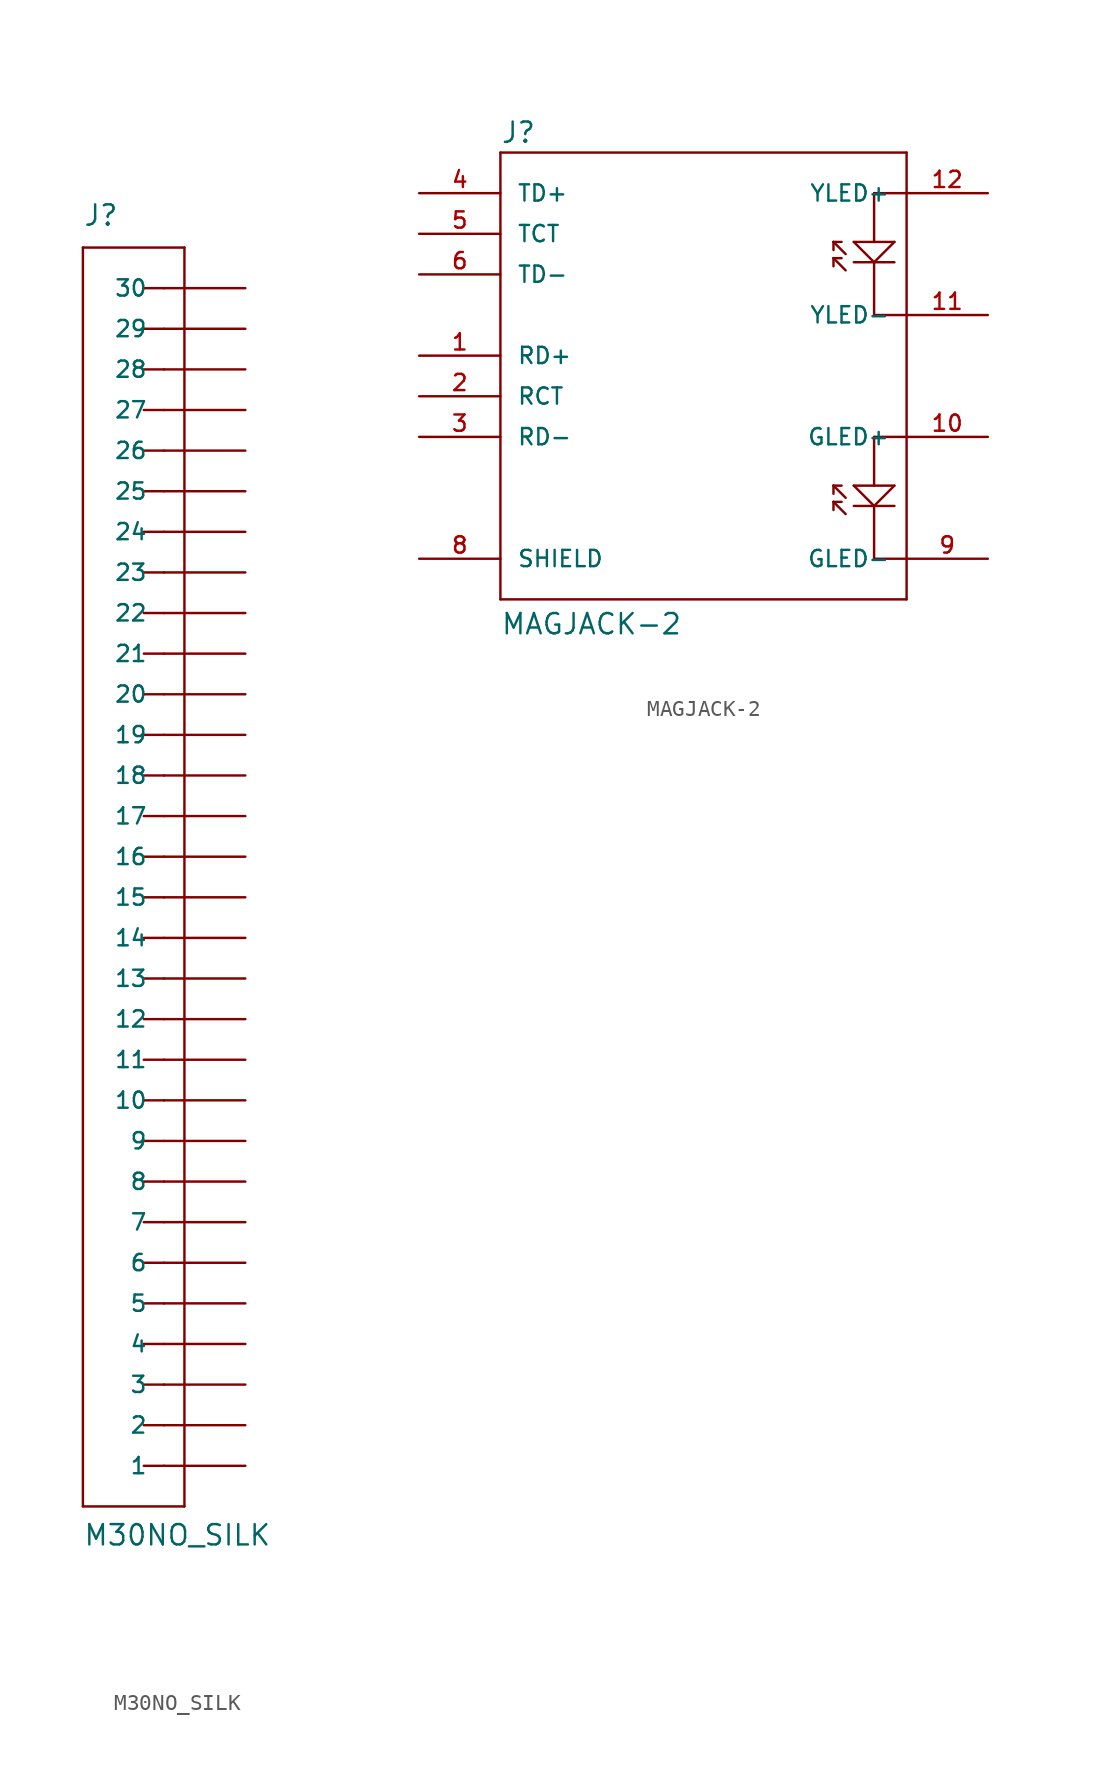
<source format=kicad_sym>
(kicad_symbol_lib
  (version 20211014)
  (generator kicad_symbol_editor)
  (symbol "M30NO_SILK"
    (pin_numbers hide)
    (pin_names
      (offset 1.016))
    (property "Reference" "J"
      (at -2.54 39.37 0)
      (effects (font (size 1.27 1.27)) (justify left bottom)))
    (property "Value" "M30NO_SILK"
      (at -2.54 -43.18 0)
      (effects (font (size 1.27 1.27)) (justify left bottom)))
    (property "Datasheet" ""
      (at 0 0 0)
      (effects (font (size 1.524 1.524))))
    (property "ki_locked" ""
      (at 0 0 0)
      (effects (font (size 1.27 1.27))))
    (symbol "M30NO_SILK_1_0"
      (polyline (pts (xy -2.54 38.1) (xy -2.54 -40.64)) (stroke (width 0) (type default) (color 0 0 0 0)) (fill (type none)))
      (polyline (pts (xy -2.54 38.1) (xy 3.81 38.1)) (stroke (width 0) (type default) (color 0 0 0 0)) (fill (type none)))
      (polyline (pts (xy 1.27 -38.1) (xy 2.54 -38.1)) (stroke (width 0) (type default) (color 0 0 0 0)) (fill (type none)))
      (polyline (pts (xy 1.27 -35.56) (xy 2.54 -35.56)) (stroke (width 0) (type default) (color 0 0 0 0)) (fill (type none)))
      (polyline (pts (xy 1.27 -33.02) (xy 2.54 -33.02)) (stroke (width 0) (type default) (color 0 0 0 0)) (fill (type none)))
      (polyline (pts (xy 1.27 -30.48) (xy 2.54 -30.48)) (stroke (width 0) (type default) (color 0 0 0 0)) (fill (type none)))
      (polyline (pts (xy 1.27 -27.94) (xy 2.54 -27.94)) (stroke (width 0) (type default) (color 0 0 0 0)) (fill (type none)))
      (polyline (pts (xy 1.27 -25.4) (xy 2.54 -25.4)) (stroke (width 0) (type default) (color 0 0 0 0)) (fill (type none)))
      (polyline (pts (xy 1.27 -22.86) (xy 2.54 -22.86)) (stroke (width 0) (type default) (color 0 0 0 0)) (fill (type none)))
      (polyline (pts (xy 1.27 -20.32) (xy 2.54 -20.32)) (stroke (width 0) (type default) (color 0 0 0 0)) (fill (type none)))
      (polyline (pts (xy 1.27 -17.78) (xy 2.54 -17.78)) (stroke (width 0) (type default) (color 0 0 0 0)) (fill (type none)))
      (polyline (pts (xy 1.27 -15.24) (xy 2.54 -15.24)) (stroke (width 0) (type default) (color 0 0 0 0)) (fill (type none)))
      (polyline (pts (xy 1.27 -12.7) (xy 2.54 -12.7)) (stroke (width 0) (type default) (color 0 0 0 0)) (fill (type none)))
      (polyline (pts (xy 1.27 -10.16) (xy 2.54 -10.16)) (stroke (width 0) (type default) (color 0 0 0 0)) (fill (type none)))
      (polyline (pts (xy 1.27 -7.62) (xy 2.54 -7.62)) (stroke (width 0) (type default) (color 0 0 0 0)) (fill (type none)))
      (polyline (pts (xy 1.27 -5.08) (xy 2.54 -5.08)) (stroke (width 0) (type default) (color 0 0 0 0)) (fill (type none)))
      (polyline (pts (xy 1.27 -2.54) (xy 2.54 -2.54)) (stroke (width 0) (type default) (color 0 0 0 0)) (fill (type none)))
      (polyline (pts (xy 1.27 0) (xy 2.54 0)) (stroke (width 0) (type default) (color 0 0 0 0)) (fill (type none)))
      (polyline (pts (xy 1.27 2.54) (xy 2.54 2.54)) (stroke (width 0) (type default) (color 0 0 0 0)) (fill (type none)))
      (polyline (pts (xy 1.27 5.08) (xy 2.54 5.08)) (stroke (width 0) (type default) (color 0 0 0 0)) (fill (type none)))
      (polyline (pts (xy 1.27 7.62) (xy 2.54 7.62)) (stroke (width 0) (type default) (color 0 0 0 0)) (fill (type none)))
      (polyline (pts (xy 1.27 10.16) (xy 2.54 10.16)) (stroke (width 0) (type default) (color 0 0 0 0)) (fill (type none)))
      (polyline (pts (xy 1.27 12.7) (xy 2.54 12.7)) (stroke (width 0) (type default) (color 0 0 0 0)) (fill (type none)))
      (polyline (pts (xy 1.27 15.24) (xy 2.54 15.24)) (stroke (width 0) (type default) (color 0 0 0 0)) (fill (type none)))
      (polyline (pts (xy 1.27 17.78) (xy 2.54 17.78)) (stroke (width 0) (type default) (color 0 0 0 0)) (fill (type none)))
      (polyline (pts (xy 1.27 20.32) (xy 2.54 20.32)) (stroke (width 0) (type default) (color 0 0 0 0)) (fill (type none)))
      (polyline (pts (xy 1.27 22.86) (xy 2.54 22.86)) (stroke (width 0) (type default) (color 0 0 0 0)) (fill (type none)))
      (polyline (pts (xy 1.27 25.4) (xy 2.54 25.4)) (stroke (width 0) (type default) (color 0 0 0 0)) (fill (type none)))
      (polyline (pts (xy 1.27 27.94) (xy 2.54 27.94)) (stroke (width 0) (type default) (color 0 0 0 0)) (fill (type none)))
      (polyline (pts (xy 1.27 30.48) (xy 2.54 30.48)) (stroke (width 0) (type default) (color 0 0 0 0)) (fill (type none)))
      (polyline (pts (xy 1.27 33.02) (xy 2.54 33.02)) (stroke (width 0) (type default) (color 0 0 0 0)) (fill (type none)))
      (polyline (pts (xy 1.27 35.56) (xy 2.54 35.56)) (stroke (width 0) (type default) (color 0 0 0 0)) (fill (type none)))
      (polyline (pts (xy 3.81 -40.64) (xy -2.54 -40.64)) (stroke (width 0) (type default) (color 0 0 0 0)) (fill (type none)))
      (polyline (pts (xy 3.81 -40.64) (xy 3.81 38.1)) (stroke (width 0) (type default) (color 0 0 0 0)) (fill (type none))))
    (symbol "M30NO_SILK_1_1"
      (pin passive line (at 7.62 -38.1 180) (length 5.08) (name "1" (effects (font (size 1.016 1.016)))) (number "1" (effects (font (size 1.016 1.016)))))
      (pin passive line (at 7.62 -15.24 180) (length 5.08) (name "10" (effects (font (size 1.016 1.016)))) (number "10" (effects (font (size 1.016 1.016)))))
      (pin passive line (at 7.62 -12.7 180) (length 5.08) (name "11" (effects (font (size 1.016 1.016)))) (number "11" (effects (font (size 1.016 1.016)))))
      (pin passive line (at 7.62 -10.16 180) (length 5.08) (name "12" (effects (font (size 1.016 1.016)))) (number "12" (effects (font (size 1.016 1.016)))))
      (pin passive line (at 7.62 -7.62 180) (length 5.08) (name "13" (effects (font (size 1.016 1.016)))) (number "13" (effects (font (size 1.016 1.016)))))
      (pin passive line (at 7.62 -5.08 180) (length 5.08) (name "14" (effects (font (size 1.016 1.016)))) (number "14" (effects (font (size 1.016 1.016)))))
      (pin passive line (at 7.62 -2.54 180) (length 5.08) (name "15" (effects (font (size 1.016 1.016)))) (number "15" (effects (font (size 1.016 1.016)))))
      (pin passive line (at 7.62 0 180) (length 5.08) (name "16" (effects (font (size 1.016 1.016)))) (number "16" (effects (font (size 1.016 1.016)))))
      (pin passive line (at 7.62 2.54 180) (length 5.08) (name "17" (effects (font (size 1.016 1.016)))) (number "17" (effects (font (size 1.016 1.016)))))
      (pin passive line (at 7.62 5.08 180) (length 5.08) (name "18" (effects (font (size 1.016 1.016)))) (number "18" (effects (font (size 1.016 1.016)))))
      (pin passive line (at 7.62 7.62 180) (length 5.08) (name "19" (effects (font (size 1.016 1.016)))) (number "19" (effects (font (size 1.016 1.016)))))
      (pin passive line (at 7.62 -35.56 180) (length 5.08) (name "2" (effects (font (size 1.016 1.016)))) (number "2" (effects (font (size 1.016 1.016)))))
      (pin passive line (at 7.62 10.16 180) (length 5.08) (name "20" (effects (font (size 1.016 1.016)))) (number "20" (effects (font (size 1.016 1.016)))))
      (pin passive line (at 7.62 12.7 180) (length 5.08) (name "21" (effects (font (size 1.016 1.016)))) (number "21" (effects (font (size 1.016 1.016)))))
      (pin passive line (at 7.62 15.24 180) (length 5.08) (name "22" (effects (font (size 1.016 1.016)))) (number "22" (effects (font (size 1.016 1.016)))))
      (pin passive line (at 7.62 17.78 180) (length 5.08) (name "23" (effects (font (size 1.016 1.016)))) (number "23" (effects (font (size 1.016 1.016)))))
      (pin passive line (at 7.62 20.32 180) (length 5.08) (name "24" (effects (font (size 1.016 1.016)))) (number "24" (effects (font (size 1.016 1.016)))))
      (pin passive line (at 7.62 22.86 180) (length 5.08) (name "25" (effects (font (size 1.016 1.016)))) (number "25" (effects (font (size 1.016 1.016)))))
      (pin passive line (at 7.62 25.4 180) (length 5.08) (name "26" (effects (font (size 1.016 1.016)))) (number "26" (effects (font (size 1.016 1.016)))))
      (pin passive line (at 7.62 27.94 180) (length 5.08) (name "27" (effects (font (size 1.016 1.016)))) (number "27" (effects (font (size 1.016 1.016)))))
      (pin passive line (at 7.62 30.48 180) (length 5.08) (name "28" (effects (font (size 1.016 1.016)))) (number "28" (effects (font (size 1.016 1.016)))))
      (pin passive line (at 7.62 33.02 180) (length 5.08) (name "29" (effects (font (size 1.016 1.016)))) (number "29" (effects (font (size 1.016 1.016)))))
      (pin passive line (at 7.62 -33.02 180) (length 5.08) (name "3" (effects (font (size 1.016 1.016)))) (number "3" (effects (font (size 1.016 1.016)))))
      (pin passive line (at 7.62 35.56 180) (length 5.08) (name "30" (effects (font (size 1.016 1.016)))) (number "30" (effects (font (size 1.016 1.016)))))
      (pin passive line (at 7.62 -30.48 180) (length 5.08) (name "4" (effects (font (size 1.016 1.016)))) (number "4" (effects (font (size 1.016 1.016)))))
      (pin passive line (at 7.62 -27.94 180) (length 5.08) (name "5" (effects (font (size 1.016 1.016)))) (number "5" (effects (font (size 1.016 1.016)))))
      (pin passive line (at 7.62 -25.4 180) (length 5.08) (name "6" (effects (font (size 1.016 1.016)))) (number "6" (effects (font (size 1.016 1.016)))))
      (pin passive line (at 7.62 -22.86 180) (length 5.08) (name "7" (effects (font (size 1.016 1.016)))) (number "7" (effects (font (size 1.016 1.016)))))
      (pin passive line (at 7.62 -20.32 180) (length 5.08) (name "8" (effects (font (size 1.016 1.016)))) (number "8" (effects (font (size 1.016 1.016)))))
      (pin passive line (at 7.62 -17.78 180) (length 5.08) (name "9" (effects (font (size 1.016 1.016)))) (number "9" (effects (font (size 1.016 1.016)))))))
  (symbol "MAGJACK-2"
    (pin_names
      (offset 1.016))
    (property "Reference" "J"
      (at -12.7 13.208 0)
      (effects (font (size 1.27 1.27)) (justify left bottom)))
    (property "Value" "MAGJACK-2"
      (at -12.7 -17.526 0)
      (effects (font (size 1.27 1.27)) (justify left bottom)))
    (property "Datasheet" ""
      (at 0 0 0)
      (effects (font (size 1.524 1.524))))
    (property "ki_locked" ""
      (at 0 0 0)
      (effects (font (size 1.27 1.27))))
    (symbol "MAGJACK-2_1_0"
      (polyline (pts (xy -12.7 -15.24) (xy 12.7 -15.24)) (stroke (width 0) (type default) (color 0 0 0 0)) (fill (type none)))
      (polyline (pts (xy -12.7 12.7) (xy -12.7 -15.24)) (stroke (width 0) (type default) (color 0 0 0 0)) (fill (type none)))
      (polyline (pts (xy 8.128 -9.652) (xy 8.128 -9.144)) (stroke (width 0) (type default) (color 0 0 0 0)) (fill (type none)))
      (polyline (pts (xy 8.128 -9.144) (xy 8.636 -9.144)) (stroke (width 0) (type default) (color 0 0 0 0)) (fill (type none)))
      (polyline (pts (xy 8.128 -8.636) (xy 8.128 -8.128)) (stroke (width 0) (type default) (color 0 0 0 0)) (fill (type none)))
      (polyline (pts (xy 8.128 -8.128) (xy 8.636 -8.128)) (stroke (width 0) (type default) (color 0 0 0 0)) (fill (type none)))
      (polyline (pts (xy 8.128 5.588) (xy 8.128 6.096)) (stroke (width 0) (type default) (color 0 0 0 0)) (fill (type none)))
      (polyline (pts (xy 8.128 6.096) (xy 8.636 6.096)) (stroke (width 0) (type default) (color 0 0 0 0)) (fill (type none)))
      (polyline (pts (xy 8.128 6.604) (xy 8.128 7.112)) (stroke (width 0) (type default) (color 0 0 0 0)) (fill (type none)))
      (polyline (pts (xy 8.128 7.112) (xy 8.636 7.112)) (stroke (width 0) (type default) (color 0 0 0 0)) (fill (type none)))
      (polyline (pts (xy 8.89 -9.906) (xy 8.128 -9.144)) (stroke (width 0) (type default) (color 0 0 0 0)) (fill (type none)))
      (polyline (pts (xy 8.89 -8.89) (xy 8.128 -8.128)) (stroke (width 0) (type default) (color 0 0 0 0)) (fill (type none)))
      (polyline (pts (xy 8.89 5.334) (xy 8.128 6.096)) (stroke (width 0) (type default) (color 0 0 0 0)) (fill (type none)))
      (polyline (pts (xy 8.89 6.35) (xy 8.128 7.112)) (stroke (width 0) (type default) (color 0 0 0 0)) (fill (type none)))
      (polyline (pts (xy 9.398 -9.398) (xy 10.668 -9.398)) (stroke (width 0) (type default) (color 0 0 0 0)) (fill (type none)))
      (polyline (pts (xy 9.398 -8.128) (xy 10.668 -9.398)) (stroke (width 0) (type default) (color 0 0 0 0)) (fill (type none)))
      (polyline (pts (xy 9.398 5.842) (xy 10.668 5.842)) (stroke (width 0) (type default) (color 0 0 0 0)) (fill (type none)))
      (polyline (pts (xy 9.398 7.112) (xy 10.668 5.842)) (stroke (width 0) (type default) (color 0 0 0 0)) (fill (type none)))
      (polyline (pts (xy 10.668 -12.7) (xy 12.7 -12.7)) (stroke (width 0) (type default) (color 0 0 0 0)) (fill (type none)))
      (polyline (pts (xy 10.668 -9.398) (xy 10.668 -12.7)) (stroke (width 0) (type default) (color 0 0 0 0)) (fill (type none)))
      (polyline (pts (xy 10.668 -9.398) (xy 11.938 -9.398)) (stroke (width 0) (type default) (color 0 0 0 0)) (fill (type none)))
      (polyline (pts (xy 10.668 -9.398) (xy 11.938 -8.128)) (stroke (width 0) (type default) (color 0 0 0 0)) (fill (type none)))
      (polyline (pts (xy 10.668 -8.128) (xy 9.398 -8.128)) (stroke (width 0) (type default) (color 0 0 0 0)) (fill (type none)))
      (polyline (pts (xy 10.668 -5.08) (xy 10.668 -8.128)) (stroke (width 0) (type default) (color 0 0 0 0)) (fill (type none)))
      (polyline (pts (xy 10.668 2.54) (xy 12.7 2.54)) (stroke (width 0) (type default) (color 0 0 0 0)) (fill (type none)))
      (polyline (pts (xy 10.668 5.842) (xy 10.668 2.54)) (stroke (width 0) (type default) (color 0 0 0 0)) (fill (type none)))
      (polyline (pts (xy 10.668 5.842) (xy 11.938 5.842)) (stroke (width 0) (type default) (color 0 0 0 0)) (fill (type none)))
      (polyline (pts (xy 10.668 5.842) (xy 11.938 7.112)) (stroke (width 0) (type default) (color 0 0 0 0)) (fill (type none)))
      (polyline (pts (xy 10.668 7.112) (xy 9.398 7.112)) (stroke (width 0) (type default) (color 0 0 0 0)) (fill (type none)))
      (polyline (pts (xy 10.668 10.16) (xy 10.668 7.112)) (stroke (width 0) (type default) (color 0 0 0 0)) (fill (type none)))
      (polyline (pts (xy 11.938 -8.128) (xy 10.668 -8.128)) (stroke (width 0) (type default) (color 0 0 0 0)) (fill (type none)))
      (polyline (pts (xy 11.938 7.112) (xy 10.668 7.112)) (stroke (width 0) (type default) (color 0 0 0 0)) (fill (type none)))
      (polyline (pts (xy 12.7 -15.24) (xy 12.7 -12.7)) (stroke (width 0) (type default) (color 0 0 0 0)) (fill (type none)))
      (polyline (pts (xy 12.7 -12.7) (xy 12.7 2.54)) (stroke (width 0) (type default) (color 0 0 0 0)) (fill (type none)))
      (polyline (pts (xy 12.7 -5.08) (xy 10.668 -5.08)) (stroke (width 0) (type default) (color 0 0 0 0)) (fill (type none)))
      (polyline (pts (xy 12.7 2.54) (xy 12.7 10.16)) (stroke (width 0) (type default) (color 0 0 0 0)) (fill (type none)))
      (polyline (pts (xy 12.7 10.16) (xy 10.668 10.16)) (stroke (width 0) (type default) (color 0 0 0 0)) (fill (type none)))
      (polyline (pts (xy 12.7 10.16) (xy 12.7 12.7)) (stroke (width 0) (type default) (color 0 0 0 0)) (fill (type none)))
      (polyline (pts (xy 12.7 12.7) (xy -12.7 12.7)) (stroke (width 0) (type default) (color 0 0 0 0)) (fill (type none))))
    (symbol "MAGJACK-2_1_1"
      (pin bidirectional line (at -17.78 0 0) (length 5.08) (name "RD+" (effects (font (size 1.016 1.016)))) (number "1" (effects (font (size 1.016 1.016)))))
      (pin bidirectional line (at 17.78 -5.08 180) (length 5.08) (name "GLED+" (effects (font (size 1.016 1.016)))) (number "10" (effects (font (size 1.016 1.016)))))
      (pin bidirectional line (at 17.78 2.54 180) (length 5.08) (name "YLED-" (effects (font (size 1.016 1.016)))) (number "11" (effects (font (size 1.016 1.016)))))
      (pin bidirectional line (at 17.78 10.16 180) (length 5.08) (name "YLED+" (effects (font (size 1.016 1.016)))) (number "12" (effects (font (size 1.016 1.016)))))
      (pin bidirectional line (at -17.78 -2.54 0) (length 5.08) (name "RCT" (effects (font (size 1.016 1.016)))) (number "2" (effects (font (size 1.016 1.016)))))
      (pin bidirectional line (at -17.78 -5.08 0) (length 5.08) (name "RD-" (effects (font (size 1.016 1.016)))) (number "3" (effects (font (size 1.016 1.016)))))
      (pin bidirectional line (at -17.78 10.16 0) (length 5.08) (name "TD+" (effects (font (size 1.016 1.016)))) (number "4" (effects (font (size 1.016 1.016)))))
      (pin bidirectional line (at -17.78 7.62 0) (length 5.08) (name "TCT" (effects (font (size 1.016 1.016)))) (number "5" (effects (font (size 1.016 1.016)))))
      (pin bidirectional line (at -17.78 5.08 0) (length 5.08) (name "TD-" (effects (font (size 1.016 1.016)))) (number "6" (effects (font (size 1.016 1.016)))))
      (pin bidirectional line (at -17.78 -12.7 0) (length 5.08) (name "SHIELD" (effects (font (size 1.016 1.016)))) (number "8" (effects (font (size 1.016 1.016)))))
      (pin bidirectional line (at 17.78 -12.7 180) (length 5.08) (name "GLED-" (effects (font (size 1.016 1.016)))) (number "9" (effects (font (size 1.016 1.016))))))))
</source>
